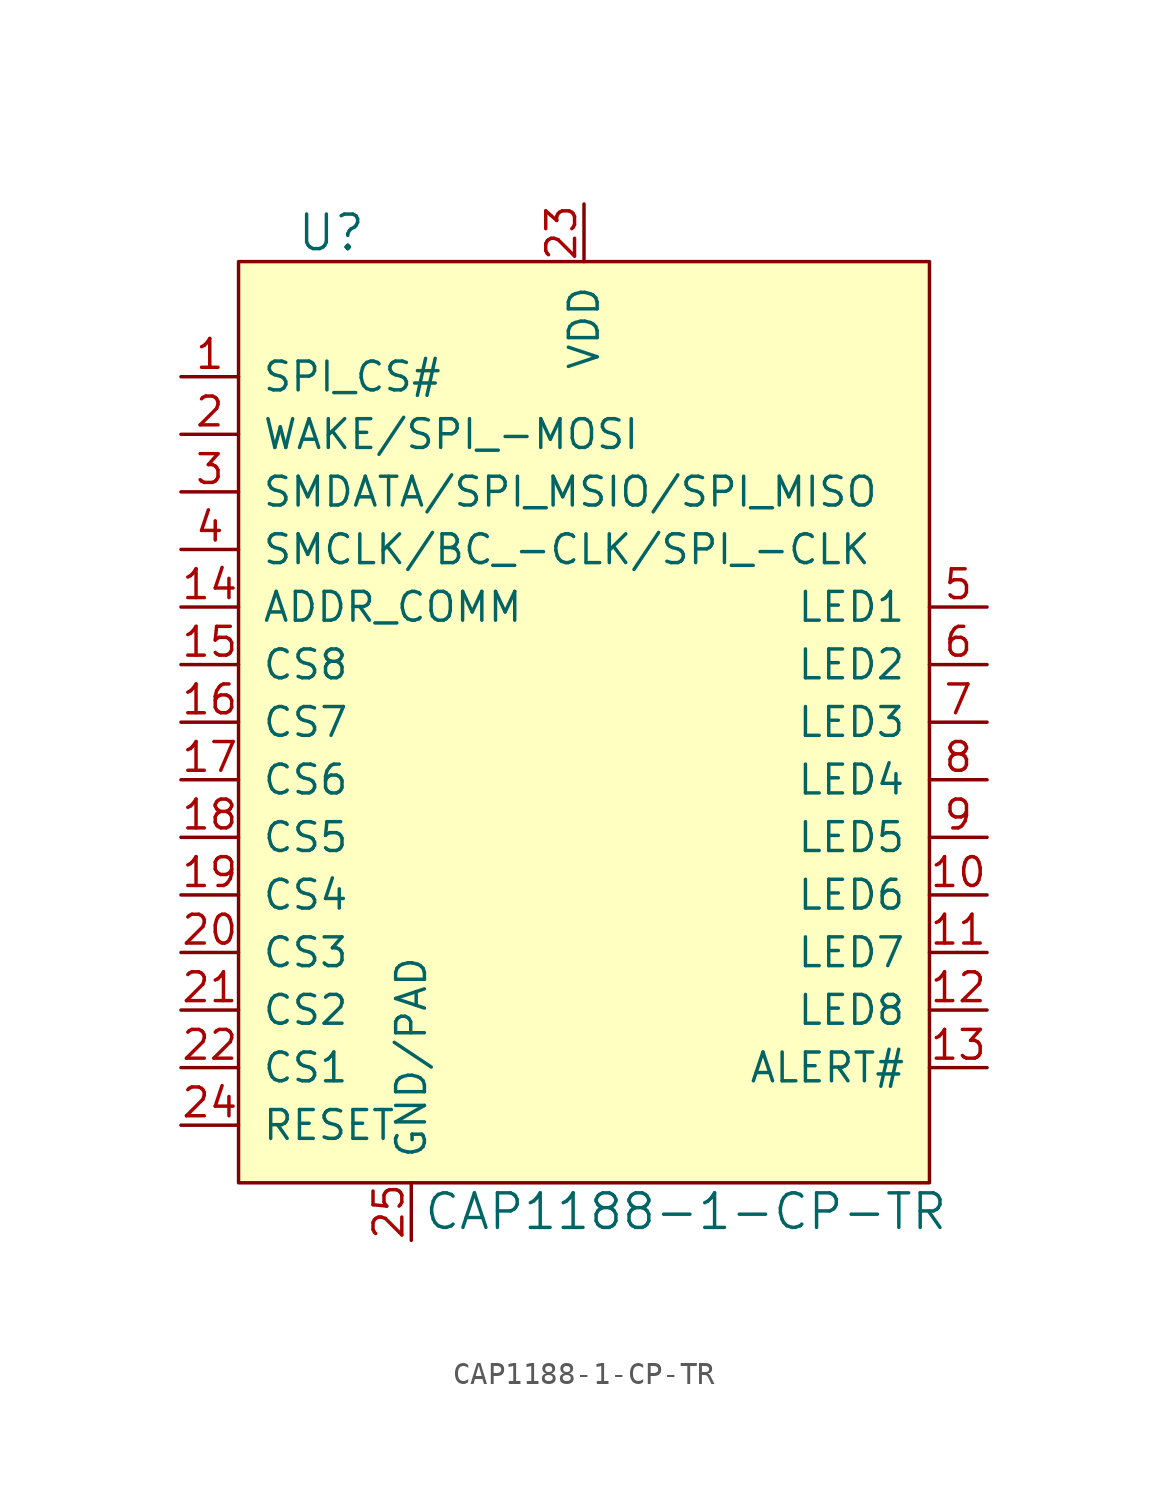
<source format=kicad_sym>
(kicad_symbol_lib
  (version 20220914)
  (generator kicad_symbol_editor)
  (symbol "CAP1188-1-CP-TR"
    (pin_names
      (offset 1.016))
    (property "Reference" "U"
      (at -12.7 21.59 0)
      (effects (font (size 1.524 1.524)) (justify left)))
    (property "Value" "CAP1188-1-CP-TR"
      (at -7.112 -21.59 0)
      (effects (font (size 1.524 1.524)) (justify left)))
    (symbol "CAP1188-1-CP-TR_0_1"
      (rectangle (start -15.24 20.32) (end 15.24 -20.32) (stroke (width 0) (type solid)) (fill (type background))))
    (symbol "CAP1188-1-CP-TR_1_1"
      (pin input line (at -17.78 15.24 0) (length 2.54) (name "SPI_CS#" (effects (font (size 1.27 1.27)))) (number "1" (effects (font (size 1.27 1.27)))))
      (pin output line (at 17.78 -7.62 180) (length 2.54) (name "LED6" (effects (font (size 1.27 1.27)))) (number "10" (effects (font (size 1.27 1.27)))))
      (pin output line (at 17.78 -10.16 180) (length 2.54) (name "LED7" (effects (font (size 1.27 1.27)))) (number "11" (effects (font (size 1.27 1.27)))))
      (pin output line (at 17.78 -12.7 180) (length 2.54) (name "LED8" (effects (font (size 1.27 1.27)))) (number "12" (effects (font (size 1.27 1.27)))))
      (pin output line (at 17.78 -15.24 180) (length 2.54) (name "ALERT#" (effects (font (size 1.27 1.27)))) (number "13" (effects (font (size 1.27 1.27)))))
      (pin input line (at -17.78 5.08 0) (length 2.54) (name "ADDR_COMM" (effects (font (size 1.27 1.27)))) (number "14" (effects (font (size 1.27 1.27)))))
      (pin bidirectional line (at -17.78 2.54 0) (length 2.54) (name "CS8" (effects (font (size 1.27 1.27)))) (number "15" (effects (font (size 1.27 1.27)))))
      (pin bidirectional line (at -17.78 0 0) (length 2.54) (name "CS7" (effects (font (size 1.27 1.27)))) (number "16" (effects (font (size 1.27 1.27)))))
      (pin bidirectional line (at -17.78 -2.54 0) (length 2.54) (name "CS6" (effects (font (size 1.27 1.27)))) (number "17" (effects (font (size 1.27 1.27)))))
      (pin bidirectional line (at -17.78 -5.08 0) (length 2.54) (name "CS5" (effects (font (size 1.27 1.27)))) (number "18" (effects (font (size 1.27 1.27)))))
      (pin bidirectional line (at -17.78 -7.62 0) (length 2.54) (name "CS4" (effects (font (size 1.27 1.27)))) (number "19" (effects (font (size 1.27 1.27)))))
      (pin bidirectional line (at -17.78 12.7 0) (length 2.54) (name "WAKE/SPI_-MOSI" (effects (font (size 1.27 1.27)))) (number "2" (effects (font (size 1.27 1.27)))))
      (pin bidirectional line (at -17.78 -10.16 0) (length 2.54) (name "CS3" (effects (font (size 1.27 1.27)))) (number "20" (effects (font (size 1.27 1.27)))))
      (pin bidirectional line (at -17.78 -12.7 0) (length 2.54) (name "CS2" (effects (font (size 1.27 1.27)))) (number "21" (effects (font (size 1.27 1.27)))))
      (pin bidirectional line (at -17.78 -15.24 0) (length 2.54) (name "CS1" (effects (font (size 1.27 1.27)))) (number "22" (effects (font (size 1.27 1.27)))))
      (pin power_in line (at 0 22.86 270) (length 2.54) (name "VDD" (effects (font (size 1.27 1.27)))) (number "23" (effects (font (size 1.27 1.27)))))
      (pin input line (at -17.78 -17.78 0) (length 2.54) (name "RESET" (effects (font (size 1.27 1.27)))) (number "24" (effects (font (size 1.27 1.27)))))
      (pin power_in line (at -7.62 -22.86 90) (length 2.54) (name "GND/PAD" (effects (font (size 1.27 1.27)))) (number "25" (effects (font (size 1.27 1.27)))))
      (pin bidirectional line (at -17.78 10.16 0) (length 2.54) (name "SMDATA/SPI_MSIO/SPI_MISO" (effects (font (size 1.27 1.27)))) (number "3" (effects (font (size 1.27 1.27)))))
      (pin input line (at -17.78 7.62 0) (length 2.54) (name "SMCLK/BC_-CLK/SPI_-CLK" (effects (font (size 1.27 1.27)))) (number "4" (effects (font (size 1.27 1.27)))))
      (pin output line (at 17.78 5.08 180) (length 2.54) (name "LED1" (effects (font (size 1.27 1.27)))) (number "5" (effects (font (size 1.27 1.27)))))
      (pin output line (at 17.78 2.54 180) (length 2.54) (name "LED2" (effects (font (size 1.27 1.27)))) (number "6" (effects (font (size 1.27 1.27)))))
      (pin output line (at 17.78 0 180) (length 2.54) (name "LED3" (effects (font (size 1.27 1.27)))) (number "7" (effects (font (size 1.27 1.27)))))
      (pin output line (at 17.78 -2.54 180) (length 2.54) (name "LED4" (effects (font (size 1.27 1.27)))) (number "8" (effects (font (size 1.27 1.27)))))
      (pin output line (at 17.78 -5.08 180) (length 2.54) (name "LED5" (effects (font (size 1.27 1.27)))) (number "9" (effects (font (size 1.27 1.27))))))))
</source>
